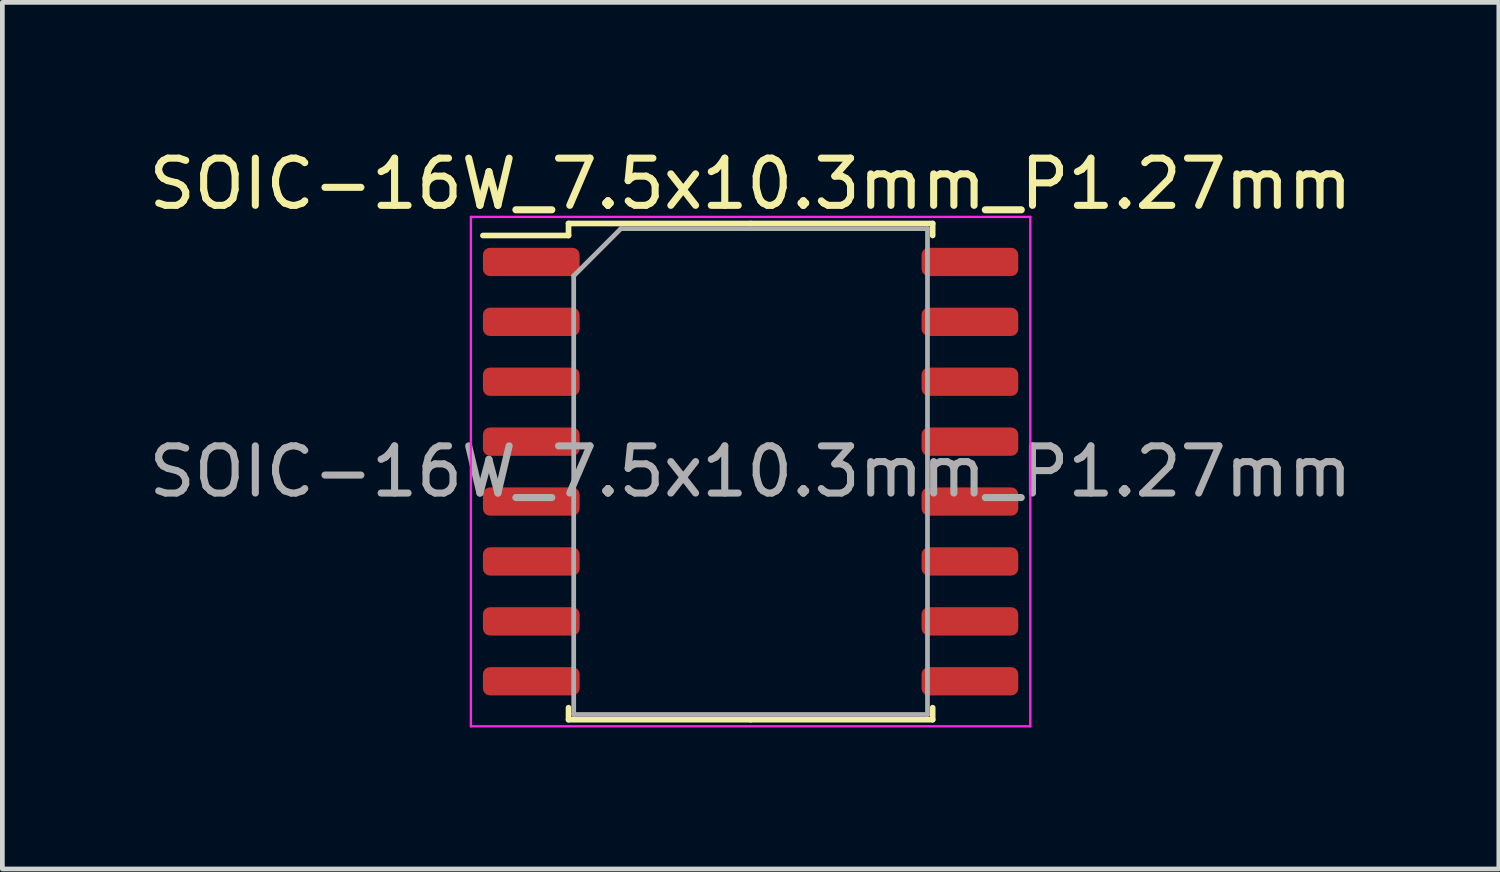
<source format=kicad_pcb>
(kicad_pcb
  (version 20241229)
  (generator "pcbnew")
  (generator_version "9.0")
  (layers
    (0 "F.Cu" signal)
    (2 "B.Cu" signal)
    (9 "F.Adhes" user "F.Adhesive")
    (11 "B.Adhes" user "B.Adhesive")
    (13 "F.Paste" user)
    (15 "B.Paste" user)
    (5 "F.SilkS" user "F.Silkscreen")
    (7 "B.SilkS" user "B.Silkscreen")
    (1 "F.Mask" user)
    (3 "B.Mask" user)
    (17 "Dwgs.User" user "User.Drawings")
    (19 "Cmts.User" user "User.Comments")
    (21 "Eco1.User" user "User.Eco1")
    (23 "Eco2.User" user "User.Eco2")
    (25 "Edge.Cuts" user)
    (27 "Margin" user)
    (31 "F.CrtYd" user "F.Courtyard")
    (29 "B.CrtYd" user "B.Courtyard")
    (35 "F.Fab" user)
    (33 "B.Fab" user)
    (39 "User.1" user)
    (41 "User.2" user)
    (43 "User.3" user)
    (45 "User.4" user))
  (footprint "SOIC-16W_7.5x10.3mm_P1.27mm"
    (layer "F.Cu")
    (at 12.863 6.948)
    (property "Reference" "SOIC-16W_7.5x10.3mm_P1.27mm" (at 0 -6.1 0) (layer "F.SilkS") (effects (font (size 1 1) (thickness 0.15))))
    (attr smd)
    (fp_line (start -3.86 -5.26) (end -3.86 -5.005) (stroke (width 0.12) (type solid)) (layer "F.SilkS"))
    (fp_line (start -3.86 -5.005) (end -5.675 -5.005) (stroke (width 0.12) (type solid)) (layer "F.SilkS"))
    (fp_line (start -3.86 5.26) (end -3.86 5.005) (stroke (width 0.12) (type solid)) (layer "F.SilkS"))
    (fp_line (start 0 -5.26) (end -3.86 -5.26) (stroke (width 0.12) (type solid)) (layer "F.SilkS"))
    (fp_line (start 0 -5.26) (end 3.86 -5.26) (stroke (width 0.12) (type solid)) (layer "F.SilkS"))
    (fp_line (start 0 5.26) (end -3.86 5.26) (stroke (width 0.12) (type solid)) (layer "F.SilkS"))
    (fp_line (start 0 5.26) (end 3.86 5.26) (stroke (width 0.12) (type solid)) (layer "F.SilkS"))
    (fp_line (start 3.86 -5.26) (end 3.86 -5.005) (stroke (width 0.12) (type solid)) (layer "F.SilkS"))
    (fp_line (start 3.86 5.26) (end 3.86 5.005) (stroke (width 0.12) (type solid)) (layer "F.SilkS"))
    (fp_line (start -5.93 -5.4) (end -5.93 5.4) (stroke (width 0.05) (type solid)) (layer "F.CrtYd"))
    (fp_line (start -5.93 5.4) (end 5.93 5.4) (stroke (width 0.05) (type solid)) (layer "F.CrtYd"))
    (fp_line (start 5.93 -5.4) (end -5.93 -5.4) (stroke (width 0.05) (type solid)) (layer "F.CrtYd"))
    (fp_line (start 5.93 5.4) (end 5.93 -5.4) (stroke (width 0.05) (type solid)) (layer "F.CrtYd"))
    (fp_line (start -3.75 -4.15) (end -2.75 -5.15) (stroke (width 0.1) (type solid)) (layer "F.Fab"))
    (fp_line (start -3.75 5.15) (end -3.75 -4.15) (stroke (width 0.1) (type solid)) (layer "F.Fab"))
    (fp_line (start -2.75 -5.15) (end 3.75 -5.15) (stroke (width 0.1) (type solid)) (layer "F.Fab"))
    (fp_line (start 3.75 -5.15) (end 3.75 5.15) (stroke (width 0.1) (type solid)) (layer "F.Fab"))
    (fp_line (start 3.75 5.15) (end -3.75 5.15) (stroke (width 0.1) (type solid)) (layer "F.Fab"))
    (fp_text user "${REFERENCE}" (at 0 0 0) (layer "F.Fab") (effects (font (size 1 1) (thickness 0.15))))
    (pad "1" smd roundrect (at -4.65 -4.445) (size 2.05 0.6) (layers "F.Cu" "F.Mask" "F.Paste") (roundrect_rratio 0.25))
    (pad "2" smd roundrect (at -4.65 -3.175) (size 2.05 0.6) (layers "F.Cu" "F.Mask" "F.Paste") (roundrect_rratio 0.25))
    (pad "3" smd roundrect (at -4.65 -1.905) (size 2.05 0.6) (layers "F.Cu" "F.Mask" "F.Paste") (roundrect_rratio 0.25))
    (pad "4" smd roundrect (at -4.65 -0.635) (size 2.05 0.6) (layers "F.Cu" "F.Mask" "F.Paste") (roundrect_rratio 0.25))
    (pad "5" smd roundrect (at -4.65 0.635) (size 2.05 0.6) (layers "F.Cu" "F.Mask" "F.Paste") (roundrect_rratio 0.25))
    (pad "6" smd roundrect (at -4.65 1.905) (size 2.05 0.6) (layers "F.Cu" "F.Mask" "F.Paste") (roundrect_rratio 0.25))
    (pad "7" smd roundrect (at -4.65 3.175) (size 2.05 0.6) (layers "F.Cu" "F.Mask" "F.Paste") (roundrect_rratio 0.25))
    (pad "8" smd roundrect (at -4.65 4.445) (size 2.05 0.6) (layers "F.Cu" "F.Mask" "F.Paste") (roundrect_rratio 0.25))
    (pad "9" smd roundrect (at 4.65 4.445) (size 2.05 0.6) (layers "F.Cu" "F.Mask" "F.Paste") (roundrect_rratio 0.25))
    (pad "10" smd roundrect (at 4.65 3.175) (size 2.05 0.6) (layers "F.Cu" "F.Mask" "F.Paste") (roundrect_rratio 0.25))
    (pad "11" smd roundrect (at 4.65 1.905) (size 2.05 0.6) (layers "F.Cu" "F.Mask" "F.Paste") (roundrect_rratio 0.25))
    (pad "12" smd roundrect (at 4.65 0.635) (size 2.05 0.6) (layers "F.Cu" "F.Mask" "F.Paste") (roundrect_rratio 0.25))
    (pad "13" smd roundrect (at 4.65 -0.635) (size 2.05 0.6) (layers "F.Cu" "F.Mask" "F.Paste") (roundrect_rratio 0.25))
    (pad "14" smd roundrect (at 4.65 -1.905) (size 2.05 0.6) (layers "F.Cu" "F.Mask" "F.Paste") (roundrect_rratio 0.25))
    (pad "15" smd roundrect (at 4.65 -3.175) (size 2.05 0.6) (layers "F.Cu" "F.Mask" "F.Paste") (roundrect_rratio 0.25))
    (pad "16" smd roundrect (at 4.65 -4.445) (size 2.05 0.6) (layers "F.Cu" "F.Mask" "F.Paste") (roundrect_rratio 0.25)))
  (gr_rect
    (start -3 -3)
    (end 28.726 15.373)
    (stroke (width 0.1) (type default))
    (fill no)
    (layer "Edge.Cuts")))
</source>
